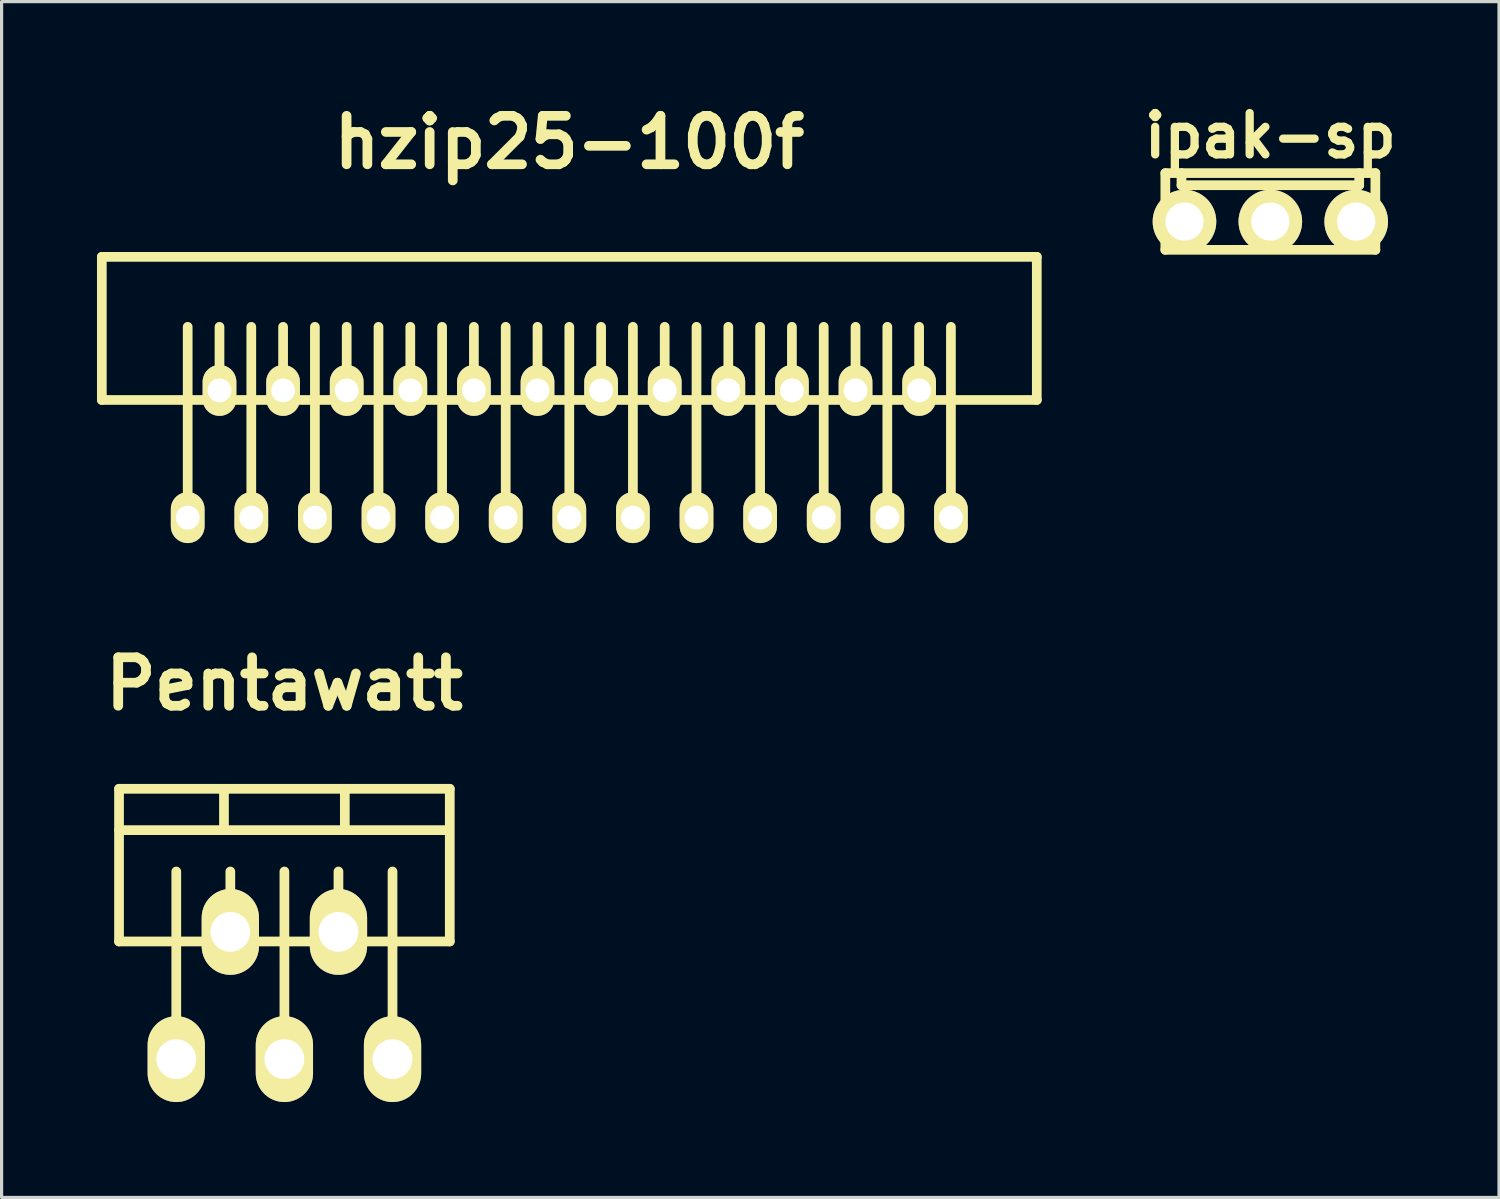
<source format=kicad_pcb>
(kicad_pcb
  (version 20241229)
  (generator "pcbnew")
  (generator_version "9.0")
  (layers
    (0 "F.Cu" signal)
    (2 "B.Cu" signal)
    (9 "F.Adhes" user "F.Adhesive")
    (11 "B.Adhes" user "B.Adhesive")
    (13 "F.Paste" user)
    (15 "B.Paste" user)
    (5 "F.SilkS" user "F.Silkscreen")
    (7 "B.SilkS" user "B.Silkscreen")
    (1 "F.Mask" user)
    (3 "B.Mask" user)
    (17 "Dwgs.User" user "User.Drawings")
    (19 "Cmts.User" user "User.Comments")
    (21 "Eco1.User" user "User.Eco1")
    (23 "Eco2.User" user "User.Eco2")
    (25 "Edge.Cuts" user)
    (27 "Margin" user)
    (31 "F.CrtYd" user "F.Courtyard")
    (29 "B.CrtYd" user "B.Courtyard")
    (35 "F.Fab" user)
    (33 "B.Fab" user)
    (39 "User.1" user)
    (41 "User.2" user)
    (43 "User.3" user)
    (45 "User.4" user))
  (footprint "Pentawatt"
    (layer "F.Cu")
    (at 5.893 26.254)
    (property "Reference" "Pentawatt" (at 0 -7.8 0) (layer "F.SilkS") (effects (font (size 1.524 1.524) (thickness 0.305))))
    (attr through_hole)
    (fp_line (start -5.2 -4.5) (end 5.2 -4.5) (stroke (width 0.305) (type solid)) (layer "F.SilkS"))
    (fp_line (start -5.2 -3.2) (end 5.1 -3.2) (stroke (width 0.305) (type solid)) (layer "F.SilkS"))
    (fp_line (start -5.2 0.3) (end -5.2 -4.5) (stroke (width 0.305) (type solid)) (layer "F.SilkS"))
    (fp_line (start -3.4 -1.9) (end -3.4 4) (stroke (width 0.305) (type solid)) (layer "F.SilkS"))
    (fp_line (start -1.9 -3.2) (end -1.9 -4.5) (stroke (width 0.305) (type solid)) (layer "F.SilkS"))
    (fp_line (start -1.7 -1.9) (end -1.7 0) (stroke (width 0.305) (type solid)) (layer "F.SilkS"))
    (fp_line (start 0 -1.9) (end 0 4) (stroke (width 0.305) (type solid)) (layer "F.SilkS"))
    (fp_line (start 1.7 -1.9) (end 1.7 0) (stroke (width 0.305) (type solid)) (layer "F.SilkS"))
    (fp_line (start 1.9 -4.5) (end 1.9 -3.2) (stroke (width 0.305) (type solid)) (layer "F.SilkS"))
    (fp_line (start 3.4 -1.9) (end 3.4 4) (stroke (width 0.305) (type solid)) (layer "F.SilkS"))
    (fp_line (start 5.2 -4.5) (end 5.2 0.3) (stroke (width 0.305) (type solid)) (layer "F.SilkS"))
    (fp_line (start 5.2 0.3) (end -5.2 0.3) (stroke (width 0.305) (type solid)) (layer "F.SilkS"))
    (pad "1" thru_hole oval (at 3.4 4) (size 1.801 2.7) (drill 1.25) (layers "*.Cu" "*.Mask" "F.SilkS"))
    (pad "2" thru_hole oval (at 1.7 0) (size 1.801 2.7) (drill 1.25) (layers "*.Cu" "*.Mask" "F.SilkS"))
    (pad "3" thru_hole oval (at 0 4) (size 1.801 2.7) (drill 1.25) (layers "*.Cu" "*.Mask" "F.SilkS"))
    (pad "4" thru_hole oval (at -1.7 0) (size 1.801 2.7) (drill 1.25) (layers "*.Cu" "*.Mask" "F.SilkS"))
    (pad "5" thru_hole oval (at -3.4 4) (size 1.801 2.7) (drill 1.25) (layers "*.Cu" "*.Mask" "F.SilkS")))
  (footprint "hzip25-100f"
    (layer "F.Cu")
    (at 14.852 9.227)
    (property "Reference" "hzip25-100f" (at 0 -7.8 0) (layer "F.SilkS") (effects (font (size 1.524 1.524) (thickness 0.305))))
    (attr through_hole)
    (fp_line (start -14.7 -4.2) (end -14.7 0.3) (stroke (width 0.305) (type solid)) (layer "F.SilkS"))
    (fp_line (start -14.7 -4.2) (end 14.7 -4.2) (stroke (width 0.305) (type solid)) (layer "F.SilkS"))
    (fp_line (start -14.7 0.3) (end 14.7 0.3) (stroke (width 0.305) (type solid)) (layer "F.SilkS"))
    (fp_line (start -12 4) (end -12 -2) (stroke (width 0.305) (type solid)) (layer "F.SilkS"))
    (fp_line (start -11 0) (end -11 -2) (stroke (width 0.305) (type solid)) (layer "F.SilkS"))
    (fp_line (start -10 4) (end -10 -2) (stroke (width 0.305) (type solid)) (layer "F.SilkS"))
    (fp_line (start -9 0) (end -9 -2) (stroke (width 0.305) (type solid)) (layer "F.SilkS"))
    (fp_line (start -8 4) (end -8 -2) (stroke (width 0.305) (type solid)) (layer "F.SilkS"))
    (fp_line (start -7 0) (end -7 -2) (stroke (width 0.305) (type solid)) (layer "F.SilkS"))
    (fp_line (start -6 4) (end -6 -2) (stroke (width 0.305) (type solid)) (layer "F.SilkS"))
    (fp_line (start -5 0) (end -5 -2) (stroke (width 0.305) (type solid)) (layer "F.SilkS"))
    (fp_line (start -4 4) (end -4 -2) (stroke (width 0.305) (type solid)) (layer "F.SilkS"))
    (fp_line (start -3 0) (end -3 -2) (stroke (width 0.305) (type solid)) (layer "F.SilkS"))
    (fp_line (start -2 4) (end -2 -2) (stroke (width 0.305) (type solid)) (layer "F.SilkS"))
    (fp_line (start -1 0) (end -1 -2) (stroke (width 0.305) (type solid)) (layer "F.SilkS"))
    (fp_line (start 0 4) (end 0 -2) (stroke (width 0.305) (type solid)) (layer "F.SilkS"))
    (fp_line (start 1 0) (end 1 -2) (stroke (width 0.305) (type solid)) (layer "F.SilkS"))
    (fp_line (start 2 4) (end 2 -2) (stroke (width 0.305) (type solid)) (layer "F.SilkS"))
    (fp_line (start 3 0) (end 3 -2) (stroke (width 0.305) (type solid)) (layer "F.SilkS"))
    (fp_line (start 4 4) (end 4 -2) (stroke (width 0.305) (type solid)) (layer "F.SilkS"))
    (fp_line (start 5 0) (end 5 -2) (stroke (width 0.305) (type solid)) (layer "F.SilkS"))
    (fp_line (start 6 4) (end 6 -2) (stroke (width 0.305) (type solid)) (layer "F.SilkS"))
    (fp_line (start 7 0) (end 7 -2) (stroke (width 0.305) (type solid)) (layer "F.SilkS"))
    (fp_line (start 8 4) (end 8 -2) (stroke (width 0.305) (type solid)) (layer "F.SilkS"))
    (fp_line (start 9 0) (end 9 -2) (stroke (width 0.305) (type solid)) (layer "F.SilkS"))
    (fp_line (start 10 4) (end 10 -2) (stroke (width 0.305) (type solid)) (layer "F.SilkS"))
    (fp_line (start 11 0) (end 11 -2) (stroke (width 0.305) (type solid)) (layer "F.SilkS"))
    (fp_line (start 12 4) (end 12 -2) (stroke (width 0.305) (type solid)) (layer "F.SilkS"))
    (fp_line (start 14.7 -4.2) (end 14.7 0.3) (stroke (width 0.305) (type solid)) (layer "F.SilkS"))
    (pad "1" thru_hole oval (at -12 4) (size 1.06 1.6) (drill 0.75) (layers "*.Cu" "*.Mask" "F.SilkS"))
    (pad "2" thru_hole oval (at -11 0) (size 1.06 1.6) (drill 0.75) (layers "*.Cu" "*.Mask" "F.SilkS"))
    (pad "3" thru_hole oval (at -10 4) (size 1.06 1.6) (drill 0.75) (layers "*.Cu" "*.Mask" "F.SilkS"))
    (pad "4" thru_hole oval (at -9 0) (size 1.06 1.6) (drill 0.75) (layers "*.Cu" "*.Mask" "F.SilkS"))
    (pad "5" thru_hole oval (at -8 4) (size 1.06 1.6) (drill 0.75) (layers "*.Cu" "*.Mask" "F.SilkS"))
    (pad "6" thru_hole oval (at -7 0) (size 1.06 1.6) (drill 0.75) (layers "*.Cu" "*.Mask" "F.SilkS"))
    (pad "7" thru_hole oval (at -6 4) (size 1.06 1.6) (drill 0.75) (layers "*.Cu" "*.Mask" "F.SilkS"))
    (pad "8" thru_hole oval (at -5 0) (size 1.06 1.6) (drill 0.75) (layers "*.Cu" "*.Mask" "F.SilkS"))
    (pad "9" thru_hole oval (at -4 4) (size 1.06 1.6) (drill 0.75) (layers "*.Cu" "*.Mask" "F.SilkS"))
    (pad "10" thru_hole oval (at -3 0) (size 1.06 1.6) (drill 0.75) (layers "*.Cu" "*.Mask" "F.SilkS"))
    (pad "11" thru_hole oval (at -2 4) (size 1.06 1.6) (drill 0.75) (layers "*.Cu" "*.Mask" "F.SilkS"))
    (pad "12" thru_hole oval (at -1 0) (size 1.06 1.6) (drill 0.75) (layers "*.Cu" "*.Mask" "F.SilkS"))
    (pad "13" thru_hole oval (at 0 4) (size 1.06 1.6) (drill 0.75) (layers "*.Cu" "*.Mask" "F.SilkS"))
    (pad "14" thru_hole oval (at 1 0) (size 1.06 1.6) (drill 0.75) (layers "*.Cu" "*.Mask" "F.SilkS"))
    (pad "15" thru_hole oval (at 2 4) (size 1.06 1.6) (drill 0.75) (layers "*.Cu" "*.Mask" "F.SilkS"))
    (pad "16" thru_hole oval (at 3 0) (size 1.06 1.6) (drill 0.75) (layers "*.Cu" "*.Mask" "F.SilkS"))
    (pad "17" thru_hole oval (at 4 4) (size 1.06 1.6) (drill 0.75) (layers "*.Cu" "*.Mask" "F.SilkS"))
    (pad "18" thru_hole oval (at 5 0) (size 1.06 1.6) (drill 0.75) (layers "*.Cu" "*.Mask" "F.SilkS"))
    (pad "19" thru_hole oval (at 6 4) (size 1.06 1.6) (drill 0.75) (layers "*.Cu" "*.Mask" "F.SilkS"))
    (pad "20" thru_hole oval (at 7 0) (size 1.06 1.6) (drill 0.75) (layers "*.Cu" "*.Mask" "F.SilkS"))
    (pad "21" thru_hole oval (at 8 4) (size 1.06 1.6) (drill 0.75) (layers "*.Cu" "*.Mask" "F.SilkS"))
    (pad "22" thru_hole oval (at 9 0) (size 1.06 1.6) (drill 0.75) (layers "*.Cu" "*.Mask" "F.SilkS"))
    (pad "23" thru_hole oval (at 10 4) (size 1.06 1.6) (drill 0.75) (layers "*.Cu" "*.Mask" "F.SilkS"))
    (pad "24" thru_hole oval (at 11 0) (size 1.06 1.6) (drill 0.75) (layers "*.Cu" "*.Mask" "F.SilkS"))
    (pad "25" thru_hole oval (at 12 4) (size 1.06 1.6) (drill 0.75) (layers "*.Cu" "*.Mask" "F.SilkS")))
  (footprint "ipak-sp"
    (layer "F.Cu")
    (at 36.896 3.917)
    (property "Reference" "ipak-sp" (at 0 -2.7 0) (layer "F.SilkS") (effects (font (size 1.3 1.3) (thickness 0.26))))
    (attr through_hole)
    (fp_line (start -3.302 -1.524) (end 3.302 -1.524) (stroke (width 0.305) (type solid)) (layer "F.SilkS"))
    (fp_line (start -3.302 0.889) (end -3.302 -1.524) (stroke (width 0.305) (type solid)) (layer "F.SilkS"))
    (fp_line (start -2.794 -1.524) (end -2.794 -1.143) (stroke (width 0.305) (type solid)) (layer "F.SilkS"))
    (fp_line (start -2.794 -1.143) (end 2.794 -1.143) (stroke (width 0.305) (type solid)) (layer "F.SilkS"))
    (fp_line (start 2.794 -1.143) (end 2.794 -1.524) (stroke (width 0.305) (type solid)) (layer "F.SilkS"))
    (fp_line (start 3.302 -1.524) (end 3.302 0.889) (stroke (width 0.305) (type solid)) (layer "F.SilkS"))
    (fp_line (start 3.302 0.889) (end -3.302 0.889) (stroke (width 0.305) (type solid)) (layer "F.SilkS"))
    (pad "1" thru_hole circle (at -2.7 0) (size 2 2) (drill 1.2) (layers "*.Cu" "*.Mask" "F.SilkS"))
    (pad "2" thru_hole circle (at 0 0) (size 2 2) (drill 1.2) (layers "*.Cu" "*.Mask" "F.SilkS"))
    (pad "3" thru_hole circle (at 2.7 0) (size 2 2) (drill 1.2) (layers "*.Cu" "*.Mask" "F.SilkS")))
  (gr_rect
    (start -3 -3)
    (end 44.087 34.604)
    (stroke (width 0.1) (type default))
    (fill no)
    (layer "Edge.Cuts")))
</source>
